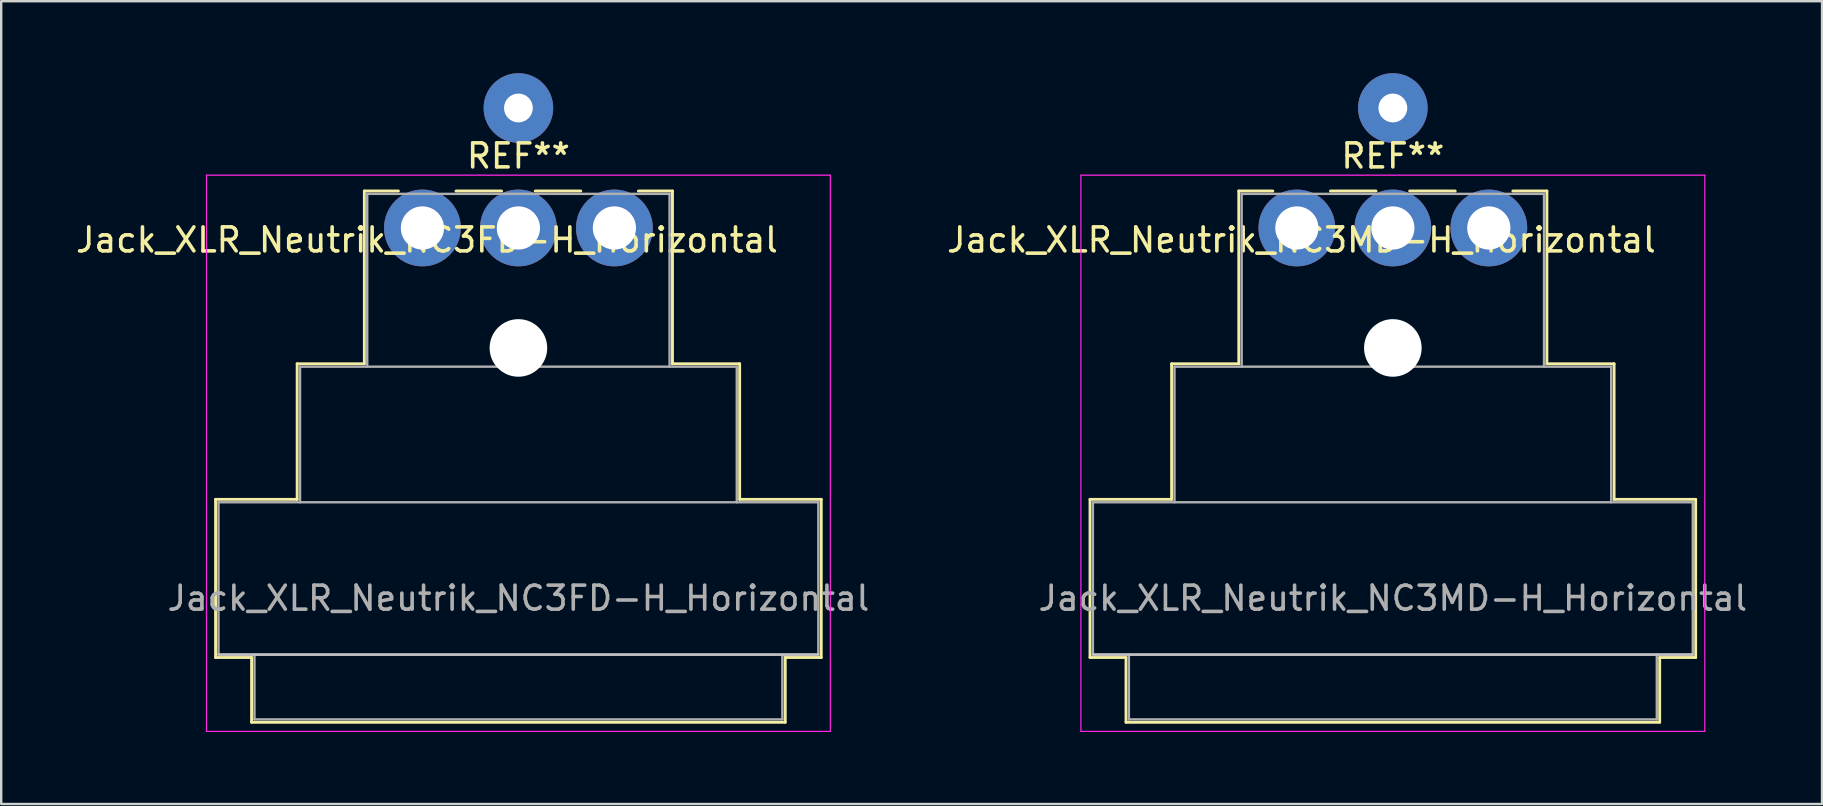
<source format=kicad_pcb>
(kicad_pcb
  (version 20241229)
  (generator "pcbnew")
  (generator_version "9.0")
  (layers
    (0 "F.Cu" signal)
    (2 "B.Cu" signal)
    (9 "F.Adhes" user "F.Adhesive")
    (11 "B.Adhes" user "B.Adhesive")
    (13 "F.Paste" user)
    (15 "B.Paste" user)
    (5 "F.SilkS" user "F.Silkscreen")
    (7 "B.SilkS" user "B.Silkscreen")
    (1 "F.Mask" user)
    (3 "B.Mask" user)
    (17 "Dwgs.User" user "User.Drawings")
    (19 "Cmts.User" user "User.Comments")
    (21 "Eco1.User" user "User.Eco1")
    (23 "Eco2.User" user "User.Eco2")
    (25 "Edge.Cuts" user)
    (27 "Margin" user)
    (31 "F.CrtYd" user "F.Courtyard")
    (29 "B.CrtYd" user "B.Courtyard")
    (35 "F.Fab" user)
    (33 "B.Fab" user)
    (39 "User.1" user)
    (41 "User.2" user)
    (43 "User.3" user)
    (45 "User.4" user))
  (footprint "Jack_XLR_Neutrik_NC3FD-H_Horizontal"
    (layer "F.Cu")
    (at 18.554 6.45)
    (property "Reference" "Jack_XLR_Neutrik_NC3FD-H_Horizontal" (at -3.81 0.5 0) (layer "F.SilkS") (effects (font (size 1 1) (thickness 0.15))))
    (attr through_hole)
    (fp_line (start -12.62 11.31) (end -9.22 11.31) (stroke (width 0.12) (type solid)) (layer "F.SilkS"))
    (fp_line (start -12.62 17.9) (end -12.62 11.31) (stroke (width 0.12) (type solid)) (layer "F.SilkS"))
    (fp_line (start -11.12 17.9) (end -12.62 17.9) (stroke (width 0.12) (type solid)) (layer "F.SilkS"))
    (fp_line (start -11.12 17.9) (end -11.12 20.6) (stroke (width 0.12) (type solid)) (layer "F.SilkS"))
    (fp_line (start -9.22 11.31) (end -9.22 5.66) (stroke (width 0.12) (type solid)) (layer "F.SilkS"))
    (fp_line (start -6.42 5.66) (end -9.22 5.66) (stroke (width 0.12) (type solid)) (layer "F.SilkS"))
    (fp_line (start -6.42 5.66) (end -6.42 -1.54) (stroke (width 0.12) (type solid)) (layer "F.SilkS"))
    (fp_line (start -5 -1.54) (end -6.42 -1.54) (stroke (width 0.12) (type solid)) (layer "F.SilkS"))
    (fp_line (start -0.7 -1.54) (end -2.6 -1.54) (stroke (width 0.12) (type solid)) (layer "F.SilkS"))
    (fp_line (start 0.7 -1.54) (end 2.6 -1.54) (stroke (width 0.12) (type solid)) (layer "F.SilkS"))
    (fp_line (start 6.42 -1.54) (end 5 -1.54) (stroke (width 0.12) (type solid)) (layer "F.SilkS"))
    (fp_line (start 6.42 5.66) (end 6.42 -1.54) (stroke (width 0.12) (type solid)) (layer "F.SilkS"))
    (fp_line (start 6.42 5.66) (end 9.22 5.66) (stroke (width 0.12) (type solid)) (layer "F.SilkS"))
    (fp_line (start 9.22 11.31) (end 9.22 5.66) (stroke (width 0.12) (type solid)) (layer "F.SilkS"))
    (fp_line (start 9.22 11.31) (end 12.62 11.31) (stroke (width 0.12) (type solid)) (layer "F.SilkS"))
    (fp_line (start 11.12 17.9) (end 11.12 20.6) (stroke (width 0.12) (type solid)) (layer "F.SilkS"))
    (fp_line (start 11.12 20.6) (end -11.12 20.6) (stroke (width 0.12) (type solid)) (layer "F.SilkS"))
    (fp_line (start 12.62 17.9) (end 11.12 17.9) (stroke (width 0.12) (type solid)) (layer "F.SilkS"))
    (fp_line (start 12.62 17.9) (end 12.62 11.31) (stroke (width 0.12) (type solid)) (layer "F.SilkS"))
    (fp_line (start 12.5 17.78) (end -12.5 17.78) (stroke (width 0.1) (type solid)) (layer "Dwgs.User"))
    (fp_line (start -13 20.98) (end -13 -2.2) (stroke (width 0.05) (type solid)) (layer "F.CrtYd"))
    (fp_line (start 13 -2.2) (end -13 -2.2) (stroke (width 0.05) (type solid)) (layer "F.CrtYd"))
    (fp_line (start 13 20.98) (end -13 20.98) (stroke (width 0.05) (type solid)) (layer "F.CrtYd"))
    (fp_line (start 13 20.98) (end 13 -2.2) (stroke (width 0.05) (type solid)) (layer "F.CrtYd"))
    (fp_line (start -12.5 11.43) (end 12.5 11.43) (stroke (width 0.1) (type solid)) (layer "F.Fab"))
    (fp_line (start -12.5 17.78) (end -12.5 11.43) (stroke (width 0.1) (type solid)) (layer "F.Fab"))
    (fp_line (start -11 20.48) (end -11 17.78) (stroke (width 0.1) (type solid)) (layer "F.Fab"))
    (fp_line (start -9.1 5.78) (end -9.1 11.43) (stroke (width 0.1) (type solid)) (layer "F.Fab"))
    (fp_line (start -9.1 5.78) (end 9.1 5.78) (stroke (width 0.1) (type solid)) (layer "F.Fab"))
    (fp_line (start -6.3 5.78) (end -6.3 -1.42) (stroke (width 0.1) (type solid)) (layer "F.Fab"))
    (fp_line (start 6.3 -1.42) (end -6.3 -1.42) (stroke (width 0.1) (type solid)) (layer "F.Fab"))
    (fp_line (start 6.3 5.78) (end 6.3 -1.42) (stroke (width 0.1) (type solid)) (layer "F.Fab"))
    (fp_line (start 9.1 11.43) (end 9.1 5.78) (stroke (width 0.1) (type solid)) (layer "F.Fab"))
    (fp_line (start 11 17.78) (end 11 20.48) (stroke (width 0.1) (type solid)) (layer "F.Fab"))
    (fp_line (start 11 20.48) (end -11 20.48) (stroke (width 0.1) (type solid)) (layer "F.Fab"))
    (fp_line (start 12.5 11.43) (end 12.5 17.78) (stroke (width 0.1) (type solid)) (layer "F.Fab"))
    (fp_line (start 12.5 17.78) (end -12.5 17.78) (stroke (width 0.1) (type solid)) (layer "F.Fab"))
    (fp_text user "REF**" (at 0 -3 0) (layer "F.SilkS") (effects (font (size 1 1) (thickness 0.15))))
    (fp_text user "${REFERENCE}" (at 0 15.43 0) (layer "F.Fab") (effects (font (size 1 1) (thickness 0.15))))
    (pad "" np_thru_hole circle (at 0 5) (size 2.4 2.4) (drill 2.4) (layers "*.Cu" "*.Mask"))
    (pad "1" thru_hole circle (at 4 0) (size 3.2 3.2) (drill 1.8) (layers "*.Cu" "*.Mask"))
    (pad "2" thru_hole circle (at -4 0) (size 3.2 3.2) (drill 1.8) (layers "*.Cu" "*.Mask"))
    (pad "3" thru_hole circle (at 0 0) (size 3.2 3.2) (drill 1.8) (layers "*.Cu" "*.Mask"))
    (pad "G" thru_hole circle (at 0 -5) (size 2.9 2.9) (drill 1.2) (layers "*.Cu" "*.Mask")))
  (footprint "Jack_XLR_Neutrik_NC3MD-H_Horizontal"
    (layer "F.Cu")
    (at 54.995 6.45)
    (property "Reference" "Jack_XLR_Neutrik_NC3MD-H_Horizontal" (at -3.81 0.5 0) (layer "F.SilkS") (effects (font (size 1 1) (thickness 0.15))))
    (attr through_hole)
    (fp_line (start -12.62 11.31) (end -9.22 11.31) (stroke (width 0.12) (type solid)) (layer "F.SilkS"))
    (fp_line (start -12.62 17.9) (end -12.62 11.31) (stroke (width 0.12) (type solid)) (layer "F.SilkS"))
    (fp_line (start -11.12 17.9) (end -12.62 17.9) (stroke (width 0.12) (type solid)) (layer "F.SilkS"))
    (fp_line (start -11.12 17.9) (end -11.12 20.6) (stroke (width 0.12) (type solid)) (layer "F.SilkS"))
    (fp_line (start -9.22 11.31) (end -9.22 5.66) (stroke (width 0.12) (type solid)) (layer "F.SilkS"))
    (fp_line (start -6.42 5.66) (end -9.22 5.66) (stroke (width 0.12) (type solid)) (layer "F.SilkS"))
    (fp_line (start -6.42 5.66) (end -6.42 -1.54) (stroke (width 0.12) (type solid)) (layer "F.SilkS"))
    (fp_line (start -5 -1.54) (end -6.42 -1.54) (stroke (width 0.12) (type solid)) (layer "F.SilkS"))
    (fp_line (start -0.7 -1.54) (end -2.6 -1.54) (stroke (width 0.12) (type solid)) (layer "F.SilkS"))
    (fp_line (start 0.7 -1.54) (end 2.6 -1.54) (stroke (width 0.12) (type solid)) (layer "F.SilkS"))
    (fp_line (start 6.42 -1.54) (end 5 -1.54) (stroke (width 0.12) (type solid)) (layer "F.SilkS"))
    (fp_line (start 6.42 5.66) (end 6.42 -1.54) (stroke (width 0.12) (type solid)) (layer "F.SilkS"))
    (fp_line (start 6.42 5.66) (end 9.22 5.66) (stroke (width 0.12) (type solid)) (layer "F.SilkS"))
    (fp_line (start 9.22 11.31) (end 9.22 5.66) (stroke (width 0.12) (type solid)) (layer "F.SilkS"))
    (fp_line (start 9.22 11.31) (end 12.62 11.31) (stroke (width 0.12) (type solid)) (layer "F.SilkS"))
    (fp_line (start 11.12 17.9) (end 11.12 20.6) (stroke (width 0.12) (type solid)) (layer "F.SilkS"))
    (fp_line (start 11.12 20.6) (end -11.12 20.6) (stroke (width 0.12) (type solid)) (layer "F.SilkS"))
    (fp_line (start 12.62 17.9) (end 11.12 17.9) (stroke (width 0.12) (type solid)) (layer "F.SilkS"))
    (fp_line (start 12.62 17.9) (end 12.62 11.31) (stroke (width 0.12) (type solid)) (layer "F.SilkS"))
    (fp_line (start 12.5 17.78) (end -12.5 17.78) (stroke (width 0.1) (type solid)) (layer "Dwgs.User"))
    (fp_line (start -13 20.98) (end -13 -2.2) (stroke (width 0.05) (type solid)) (layer "F.CrtYd"))
    (fp_line (start 13 -2.2) (end -13 -2.2) (stroke (width 0.05) (type solid)) (layer "F.CrtYd"))
    (fp_line (start 13 20.98) (end -13 20.98) (stroke (width 0.05) (type solid)) (layer "F.CrtYd"))
    (fp_line (start 13 20.98) (end 13 -2.2) (stroke (width 0.05) (type solid)) (layer "F.CrtYd"))
    (fp_line (start -12.5 11.43) (end 12.5 11.43) (stroke (width 0.1) (type solid)) (layer "F.Fab"))
    (fp_line (start -12.5 17.78) (end -12.5 11.43) (stroke (width 0.1) (type solid)) (layer "F.Fab"))
    (fp_line (start -11 20.48) (end -11 17.78) (stroke (width 0.1) (type solid)) (layer "F.Fab"))
    (fp_line (start -9.1 5.78) (end -9.1 11.43) (stroke (width 0.1) (type solid)) (layer "F.Fab"))
    (fp_line (start -9.1 5.78) (end 9.1 5.78) (stroke (width 0.1) (type solid)) (layer "F.Fab"))
    (fp_line (start -6.3 5.78) (end -6.3 -1.42) (stroke (width 0.1) (type solid)) (layer "F.Fab"))
    (fp_line (start 6.3 -1.42) (end -6.3 -1.42) (stroke (width 0.1) (type solid)) (layer "F.Fab"))
    (fp_line (start 6.3 5.78) (end 6.3 -1.42) (stroke (width 0.1) (type solid)) (layer "F.Fab"))
    (fp_line (start 9.1 11.43) (end 9.1 5.78) (stroke (width 0.1) (type solid)) (layer "F.Fab"))
    (fp_line (start 11 17.78) (end 11 20.48) (stroke (width 0.1) (type solid)) (layer "F.Fab"))
    (fp_line (start 11 20.48) (end -11 20.48) (stroke (width 0.1) (type solid)) (layer "F.Fab"))
    (fp_line (start 12.5 11.43) (end 12.5 17.78) (stroke (width 0.1) (type solid)) (layer "F.Fab"))
    (fp_line (start 12.5 17.78) (end -12.5 17.78) (stroke (width 0.1) (type solid)) (layer "F.Fab"))
    (fp_text user "REF**" (at 0 -3 0) (layer "F.SilkS") (effects (font (size 1 1) (thickness 0.15))))
    (fp_text user "${REFERENCE}" (at 0 15.43 0) (layer "F.Fab") (effects (font (size 1 1) (thickness 0.15))))
    (pad "" np_thru_hole circle (at 0 5) (size 2.4 2.4) (drill 2.4) (layers "*.Cu" "*.Mask"))
    (pad "1" thru_hole circle (at -4 0) (size 3.2 3.2) (drill 1.8) (layers "*.Cu" "*.Mask"))
    (pad "2" thru_hole circle (at 4 0) (size 3.2 3.2) (drill 1.8) (layers "*.Cu" "*.Mask"))
    (pad "3" thru_hole circle (at 0 0) (size 3.2 3.2) (drill 1.8) (layers "*.Cu" "*.Mask"))
    (pad "G" thru_hole circle (at 0 -5) (size 2.9 2.9) (drill 1.2) (layers "*.Cu" "*.Mask")))
  (gr_rect
    (start -3 -3)
    (end 72.882 30.455)
    (stroke (width 0.1) (type default))
    (fill no)
    (layer "Edge.Cuts")))
</source>
